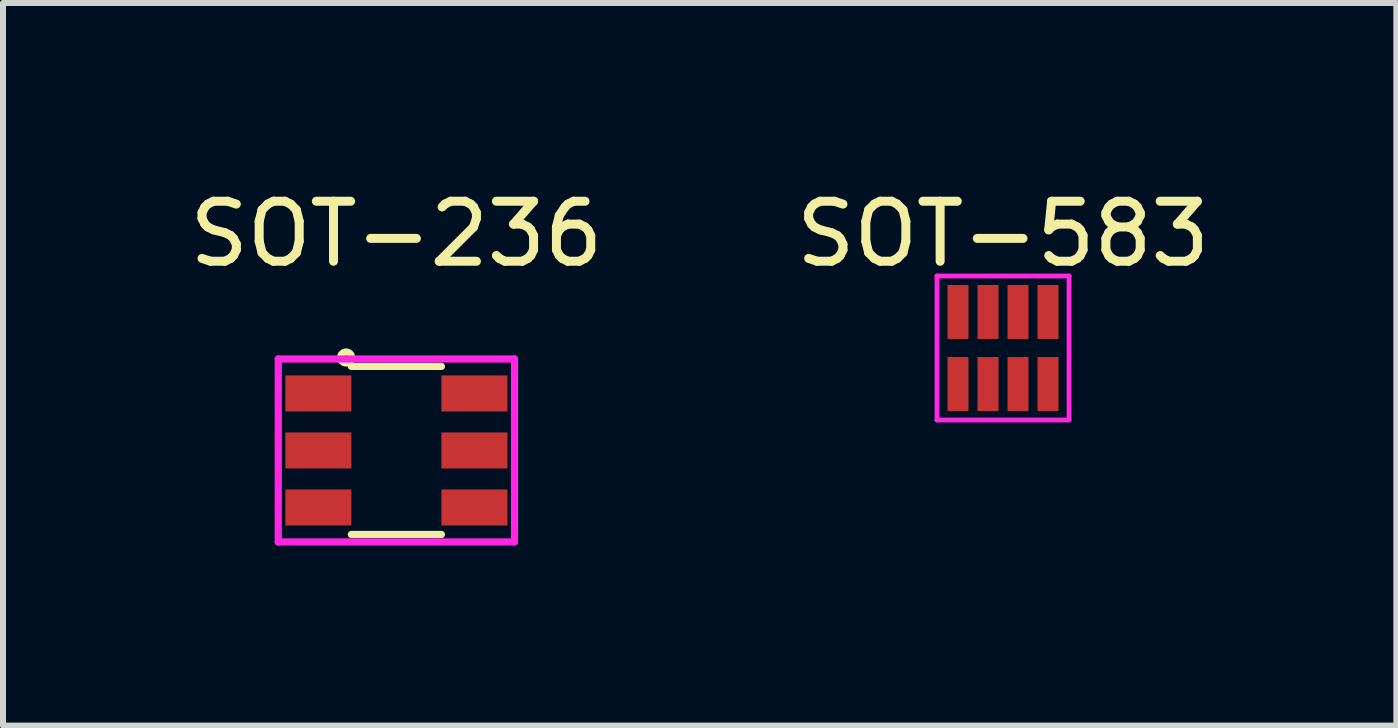
<source format=kicad_pcb>
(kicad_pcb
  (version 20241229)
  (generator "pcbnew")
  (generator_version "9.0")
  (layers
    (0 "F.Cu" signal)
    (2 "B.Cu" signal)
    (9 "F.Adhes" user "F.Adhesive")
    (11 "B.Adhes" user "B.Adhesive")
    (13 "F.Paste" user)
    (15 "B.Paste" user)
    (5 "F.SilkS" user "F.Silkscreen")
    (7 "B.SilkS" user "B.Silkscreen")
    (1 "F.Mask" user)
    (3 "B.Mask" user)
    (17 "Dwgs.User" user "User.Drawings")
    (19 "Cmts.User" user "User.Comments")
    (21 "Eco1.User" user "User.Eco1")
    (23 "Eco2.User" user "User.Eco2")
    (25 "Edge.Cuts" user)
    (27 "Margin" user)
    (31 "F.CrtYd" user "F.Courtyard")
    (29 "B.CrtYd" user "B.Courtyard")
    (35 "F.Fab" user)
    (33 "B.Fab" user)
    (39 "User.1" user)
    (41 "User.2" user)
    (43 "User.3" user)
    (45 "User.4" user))
  (footprint "SOT-236"
    (layer "F.Cu")
    (at 3.554 4.455)
    (property "Reference" "SOT-236" (at 0 -3.607 0) (layer "F.SilkS") (effects (font (size 1 1) (thickness 0.15))))
    (attr through_hole)
    (fp_line (start -0.75 -1.4) (end 0.75 -1.4) (stroke (width 0.12) (type solid)) (layer "F.SilkS"))
    (fp_line (start -0.75 1.4) (end 0.75 1.4) (stroke (width 0.12) (type solid)) (layer "F.SilkS"))
    (fp_circle (center -0.838 -1.549) (end -0.762 -1.499) (stroke (width 0.12) (type solid)) (fill no) (layer "F.SilkS"))
    (fp_line (start -1.968 -1.524) (end -1.968 1.524) (stroke (width 0.12) (type solid)) (layer "F.CrtYd"))
    (fp_line (start -1.968 1.524) (end 1.968 1.524) (stroke (width 0.12) (type solid)) (layer "F.CrtYd"))
    (fp_line (start 1.968 -1.524) (end -1.968 -1.524) (stroke (width 0.12) (type solid)) (layer "F.CrtYd"))
    (fp_line (start 1.968 1.524) (end 1.968 -1.524) (stroke (width 0.12) (type solid)) (layer "F.CrtYd"))
    (pad "1" smd rect (at -1.3 -0.95) (size 1.1 0.6) (layers "F.Cu" "F.Mask" "F.Paste"))
    (pad "2" smd rect (at -1.3 0) (size 1.1 0.6) (layers "F.Cu" "F.Mask" "F.Paste"))
    (pad "3" smd rect (at -1.3 0.95) (size 1.1 0.6) (layers "F.Cu" "F.Mask" "F.Paste"))
    (pad "4" smd rect (at 1.3 0.95) (size 1.1 0.6) (layers "F.Cu" "F.Mask" "F.Paste"))
    (pad "5" smd rect (at 1.3 0) (size 1.1 0.6) (layers "F.Cu" "F.Mask" "F.Paste"))
    (pad "6" smd rect (at 1.3 -0.95) (size 1.1 0.6) (layers "F.Cu" "F.Mask" "F.Paste")))
  (footprint "SOT-583"
    (layer "F.Cu")
    (at 12.911 3.348)
    (property "Reference" "SOT-583" (at 0.75 -2.5 180) (layer "F.SilkS") (effects (font (size 1 1) (thickness 0.15))))
    (attr through_hole)
    (fp_line (start -0.35 -1.8) (end 1.85 -1.8) (stroke (width 0.08) (type solid)) (layer "F.CrtYd"))
    (fp_line (start -0.35 0.6) (end -0.35 -1.8) (stroke (width 0.08) (type solid)) (layer "F.CrtYd"))
    (fp_line (start 1.85 -1.8) (end 1.85 0.6) (stroke (width 0.08) (type solid)) (layer "F.CrtYd"))
    (fp_line (start 1.85 0.6) (end -0.35 0.6) (stroke (width 0.08) (type solid)) (layer "F.CrtYd"))
    (pad "1" smd rect (at 0 0) (size 0.35 0.9) (layers "F.Cu" "F.Mask" "F.Paste"))
    (pad "2" smd rect (at 0.5 0) (size 0.35 0.9) (layers "F.Cu" "F.Mask" "F.Paste"))
    (pad "3" smd rect (at 1 0) (size 0.35 0.9) (layers "F.Cu" "F.Mask" "F.Paste"))
    (pad "4" smd rect (at 1.5 0) (size 0.35 0.9) (layers "F.Cu" "F.Mask" "F.Paste"))
    (pad "5" smd rect (at 1.5 -1.2) (size 0.35 0.9) (layers "F.Cu" "F.Mask" "F.Paste"))
    (pad "6" smd rect (at 1 -1.2) (size 0.35 0.9) (layers "F.Cu" "F.Mask" "F.Paste"))
    (pad "7" smd rect (at 0.5 -1.2) (size 0.35 0.9) (layers "F.Cu" "F.Mask" "F.Paste"))
    (pad "8" smd rect (at 0 -1.2) (size 0.35 0.9) (layers "F.Cu" "F.Mask" "F.Paste")))
  (gr_rect
    (start -3 -3)
    (end 20.214 9.039)
    (stroke (width 0.1) (type default))
    (fill no)
    (layer "Edge.Cuts")))
</source>
